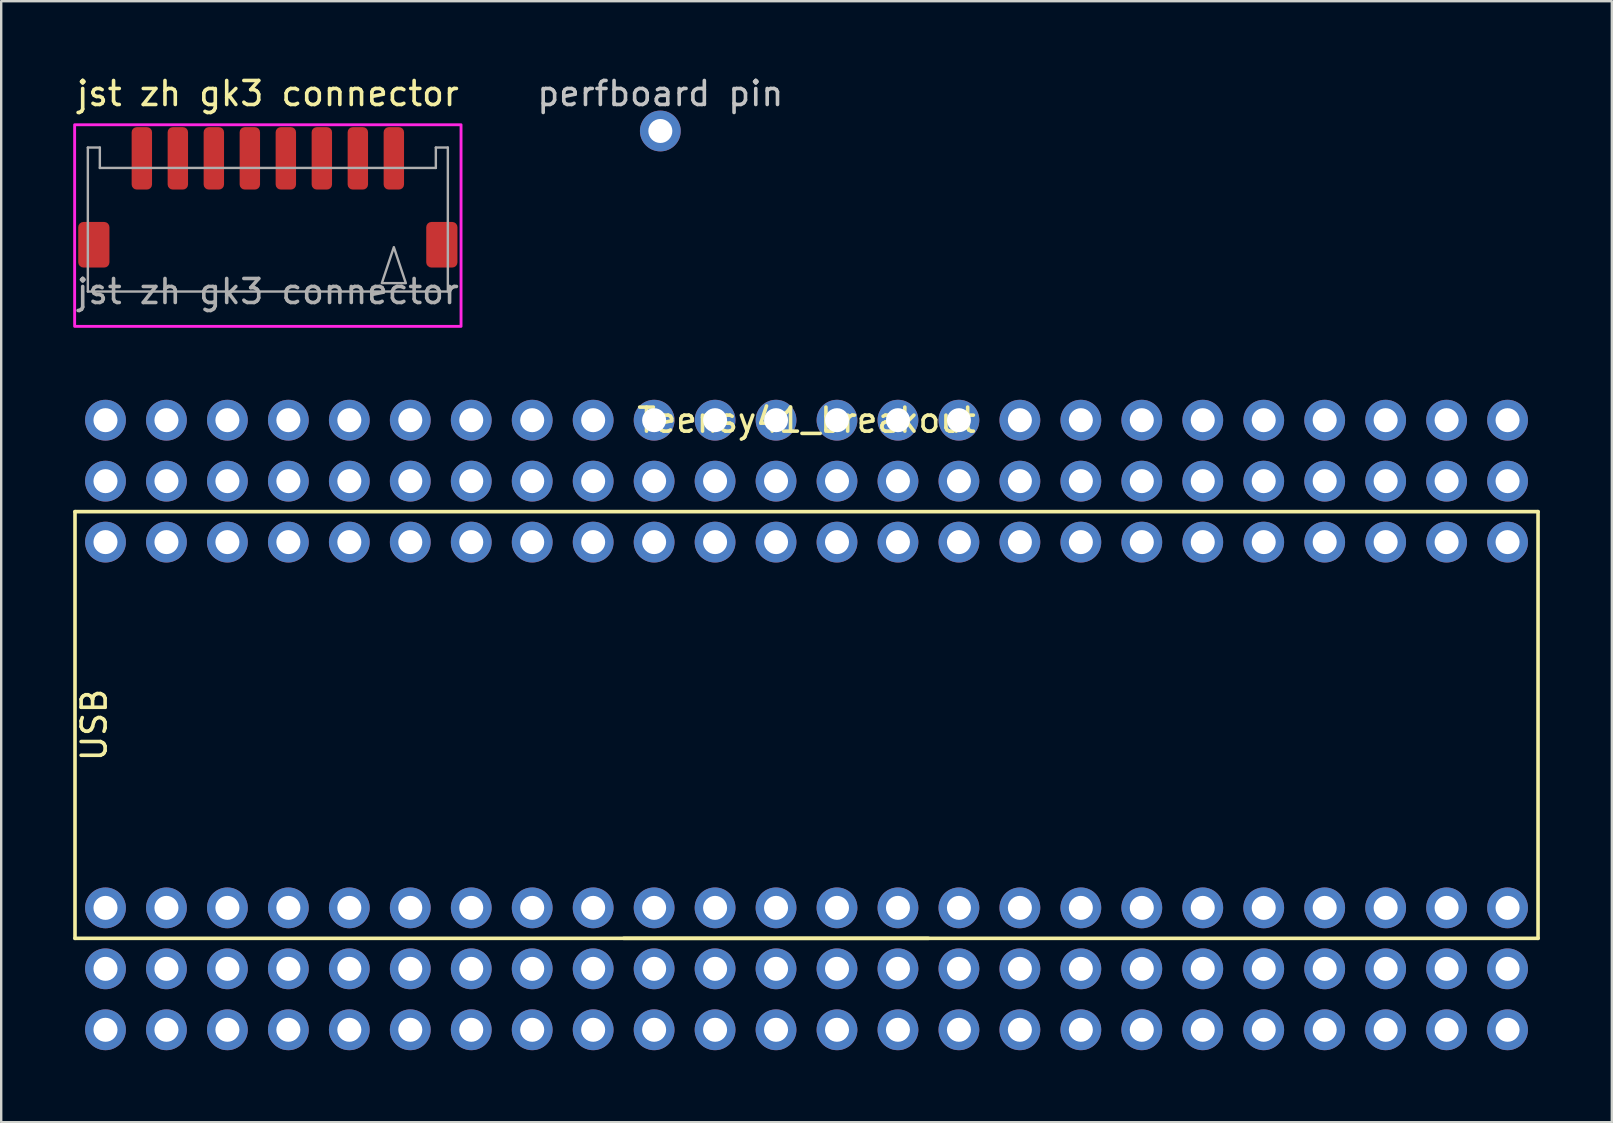
<source format=kicad_pcb>
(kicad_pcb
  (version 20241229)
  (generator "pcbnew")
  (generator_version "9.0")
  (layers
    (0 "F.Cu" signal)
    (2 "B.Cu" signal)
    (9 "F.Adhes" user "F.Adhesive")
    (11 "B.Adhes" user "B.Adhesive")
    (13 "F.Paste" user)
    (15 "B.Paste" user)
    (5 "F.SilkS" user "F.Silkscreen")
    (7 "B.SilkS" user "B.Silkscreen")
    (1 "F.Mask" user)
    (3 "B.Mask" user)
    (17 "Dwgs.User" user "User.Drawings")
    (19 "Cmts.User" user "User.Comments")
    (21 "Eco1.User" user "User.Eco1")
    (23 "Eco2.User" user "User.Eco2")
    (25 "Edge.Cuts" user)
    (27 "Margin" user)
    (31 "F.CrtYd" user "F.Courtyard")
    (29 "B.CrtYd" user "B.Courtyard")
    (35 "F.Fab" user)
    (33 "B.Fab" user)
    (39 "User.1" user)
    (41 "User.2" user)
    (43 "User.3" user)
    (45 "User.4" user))
  (footprint "jst zh gk3 connector"
    (layer "F.Cu")
    (at 8.11 5.748)
    (property "Reference" "jst zh gk3 connector" (at 0 -4.9 0) (layer "F.SilkS") (effects (font (size 1 1) (thickness 0.15))))
    (attr smd)
    (fp_rect (start -8.05 4.8) (end 8.05 -3.6) (stroke (width 0.12) (type default)) (fill no) (layer "F.CrtYd"))
    (fp_line (start -7.5 -2.65) (end -7.5 3.35) (stroke (width 0.1) (type default)) (layer "F.Fab"))
    (fp_line (start -7.5 3.35) (end 7.5 3.35) (stroke (width 0.1) (type default)) (layer "F.Fab"))
    (fp_line (start -7 -2.65) (end -7.5 -2.65) (stroke (width 0.1) (type default)) (layer "F.Fab"))
    (fp_line (start -7 -1.8) (end -7 -2.65) (stroke (width 0.1) (type default)) (layer "F.Fab"))
    (fp_line (start 7 -2.65) (end 7 -1.8) (stroke (width 0.1) (type default)) (layer "F.Fab"))
    (fp_line (start 7 -1.8) (end -7 -1.8) (stroke (width 0.1) (type default)) (layer "F.Fab"))
    (fp_line (start 7.5 -2.65) (end 7 -2.65) (stroke (width 0.1) (type default)) (layer "F.Fab"))
    (fp_line (start 7.5 3.35) (end 7.5 -2.65) (stroke (width 0.1) (type default)) (layer "F.Fab"))
    (fp_poly (pts (xy 5.25 1.5) (xy 4.75 3) (xy 5.75 3)) (stroke (width 0.1) (type solid)) (fill no) (layer "F.Fab"))
    (fp_text user "${REFERENCE}" (at 0 3.35 0) (layer "F.Fab") (effects (font (size 1 1) (thickness 0.15))))
    (pad "1" smd roundrect (at 5.25 -2.2) (size 0.85 2.6) (layers "F.Cu" "F.Mask" "F.Paste") (roundrect_rratio 0.25))
    (pad "2" smd roundrect (at 3.75 -2.2) (size 0.85 2.6) (layers "F.Cu" "F.Mask" "F.Paste") (roundrect_rratio 0.25))
    (pad "3" smd roundrect (at 2.25 -2.2) (size 0.85 2.6) (layers "F.Cu" "F.Mask" "F.Paste") (roundrect_rratio 0.25))
    (pad "4" smd roundrect (at 0.75 -2.2) (size 0.85 2.6) (layers "F.Cu" "F.Mask" "F.Paste") (roundrect_rratio 0.25))
    (pad "5" smd roundrect (at -0.75 -2.2) (size 0.85 2.6) (layers "F.Cu" "F.Mask" "F.Paste") (roundrect_rratio 0.25))
    (pad "6" smd roundrect (at -2.25 -2.2) (size 0.85 2.6) (layers "F.Cu" "F.Mask" "F.Paste") (roundrect_rratio 0.25))
    (pad "7" smd roundrect (at -3.75 -2.2) (size 0.85 2.6) (layers "F.Cu" "F.Mask" "F.Paste") (roundrect_rratio 0.25))
    (pad "8" smd roundrect (at -5.25 -2.2) (size 0.85 2.6) (layers "F.Cu" "F.Mask" "F.Paste") (roundrect_rratio 0.25))
    (pad "9" smd roundrect (at -7.25 1.4) (size 1.3 1.9) (layers "F.Cu" "F.Mask" "F.Paste") (roundrect_rratio 0.167))
    (pad "9" smd roundrect (at 7.25 1.4) (size 1.3 1.9) (layers "F.Cu" "F.Mask" "F.Paste") (roundrect_rratio 0.167)))
  (footprint "perfboard pin"
    (layer "F.Cu")
    (at 24.464 2.408)
    (property "Reference" "perfboard pin" (at 0 -1.56 0) (layer "Dwgs.User") (effects (font (size 1 1) (thickness 0.15))))
    (attr through_hole)
    (pad "1" thru_hole oval (at 0 0) (size 1.7 1.7) (drill 1) (layers "*.Cu" "*.Mask")))
  (footprint "Teensy41_breakout"
    (layer "F.Cu")
    (at 30.555 27.158)
    (property "Reference" "Teensy41_breakout" (at 0 -12.7 0) (layer "F.SilkS") (effects (font (size 1 1) (thickness 0.15))))
    (attr through_hole)
    (fp_line (start -30.48 -8.89) (end 30.48 -8.89) (stroke (width 0.15) (type solid)) (layer "F.SilkS"))
    (fp_line (start -30.48 8.89) (end -30.48 -8.89) (stroke (width 0.15) (type solid)) (layer "F.SilkS"))
    (fp_line (start -7.62 8.89) (end 5.08 8.89) (stroke (width 0.15) (type solid)) (layer "F.SilkS"))
    (fp_line (start 30.48 -8.89) (end 30.48 8.89) (stroke (width 0.15) (type solid)) (layer "F.SilkS"))
    (fp_line (start 30.48 8.89) (end -30.48 8.89) (stroke (width 0.15) (type solid)) (layer "F.SilkS"))
    (fp_text user "USB" (at -29.68 0 270) (layer "F.SilkS") (effects (font (size 1 1) (thickness 0.15))))
    (pad "1" thru_hole oval (at -29.21 7.62) (size 1.7 1.7) (drill 1) (layers "*.Cu" "*.Mask"))
    (pad "1" thru_hole oval (at -29.21 10.16) (size 1.7 1.7) (drill 1) (layers "*.Cu" "*.Mask"))
    (pad "1" thru_hole oval (at -29.21 12.7) (size 1.7 1.7) (drill 1) (layers "*.Cu" "*.Mask"))
    (pad "2" thru_hole oval (at -26.67 7.62) (size 1.7 1.7) (drill 1) (layers "*.Cu" "*.Mask"))
    (pad "2" thru_hole oval (at -26.67 10.16) (size 1.7 1.7) (drill 1) (layers "*.Cu" "*.Mask"))
    (pad "2" thru_hole oval (at -26.67 12.7) (size 1.7 1.7) (drill 1) (layers "*.Cu" "*.Mask"))
    (pad "3" thru_hole oval (at -24.13 7.62) (size 1.7 1.7) (drill 1) (layers "*.Cu" "*.Mask"))
    (pad "3" thru_hole oval (at -24.13 10.16) (size 1.7 1.7) (drill 1) (layers "*.Cu" "*.Mask"))
    (pad "3" thru_hole oval (at -24.13 12.7) (size 1.7 1.7) (drill 1) (layers "*.Cu" "*.Mask"))
    (pad "4" thru_hole oval (at -21.59 7.62) (size 1.7 1.7) (drill 1) (layers "*.Cu" "*.Mask"))
    (pad "4" thru_hole oval (at -21.59 10.16) (size 1.7 1.7) (drill 1) (layers "*.Cu" "*.Mask"))
    (pad "4" thru_hole oval (at -21.59 12.7) (size 1.7 1.7) (drill 1) (layers "*.Cu" "*.Mask"))
    (pad "5" thru_hole oval (at -19.05 7.62) (size 1.7 1.7) (drill 1) (layers "*.Cu" "*.Mask"))
    (pad "5" thru_hole oval (at -19.05 10.16) (size 1.7 1.7) (drill 1) (layers "*.Cu" "*.Mask"))
    (pad "5" thru_hole oval (at -19.05 12.7) (size 1.7 1.7) (drill 1) (layers "*.Cu" "*.Mask"))
    (pad "6" thru_hole oval (at -16.51 7.62) (size 1.7 1.7) (drill 1) (layers "*.Cu" "*.Mask"))
    (pad "6" thru_hole oval (at -16.51 10.16) (size 1.7 1.7) (drill 1) (layers "*.Cu" "*.Mask"))
    (pad "6" thru_hole oval (at -16.51 12.7) (size 1.7 1.7) (drill 1) (layers "*.Cu" "*.Mask"))
    (pad "7" thru_hole oval (at -13.97 7.62) (size 1.7 1.7) (drill 1) (layers "*.Cu" "*.Mask"))
    (pad "7" thru_hole oval (at -13.97 10.16) (size 1.7 1.7) (drill 1) (layers "*.Cu" "*.Mask"))
    (pad "7" thru_hole oval (at -13.97 12.7) (size 1.7 1.7) (drill 1) (layers "*.Cu" "*.Mask"))
    (pad "8" thru_hole oval (at -11.43 7.62) (size 1.7 1.7) (drill 1) (layers "*.Cu" "*.Mask"))
    (pad "8" thru_hole oval (at -11.43 10.16) (size 1.7 1.7) (drill 1) (layers "*.Cu" "*.Mask"))
    (pad "8" thru_hole oval (at -11.43 12.7) (size 1.7 1.7) (drill 1) (layers "*.Cu" "*.Mask"))
    (pad "9" thru_hole oval (at -8.89 7.62) (size 1.7 1.7) (drill 1) (layers "*.Cu" "*.Mask"))
    (pad "9" thru_hole oval (at -8.89 10.16) (size 1.7 1.7) (drill 1) (layers "*.Cu" "*.Mask"))
    (pad "9" thru_hole oval (at -8.89 12.7) (size 1.7 1.7) (drill 1) (layers "*.Cu" "*.Mask"))
    (pad "10" thru_hole oval (at -6.35 7.62) (size 1.7 1.7) (drill 1) (layers "*.Cu" "*.Mask"))
    (pad "10" thru_hole oval (at -6.35 10.16) (size 1.7 1.7) (drill 1) (layers "*.Cu" "*.Mask"))
    (pad "10" thru_hole oval (at -6.35 12.7) (size 1.7 1.7) (drill 1) (layers "*.Cu" "*.Mask"))
    (pad "11" thru_hole oval (at -3.81 7.62) (size 1.7 1.7) (drill 1) (layers "*.Cu" "*.Mask"))
    (pad "11" thru_hole oval (at -3.81 10.16) (size 1.7 1.7) (drill 1) (layers "*.Cu" "*.Mask"))
    (pad "11" thru_hole oval (at -3.81 12.7) (size 1.7 1.7) (drill 1) (layers "*.Cu" "*.Mask"))
    (pad "12" thru_hole oval (at -1.27 7.62) (size 1.7 1.7) (drill 1) (layers "*.Cu" "*.Mask"))
    (pad "12" thru_hole oval (at -1.27 10.16) (size 1.7 1.7) (drill 1) (layers "*.Cu" "*.Mask"))
    (pad "12" thru_hole oval (at -1.27 12.7) (size 1.7 1.7) (drill 1) (layers "*.Cu" "*.Mask"))
    (pad "13" thru_hole oval (at 1.27 7.62) (size 1.7 1.7) (drill 1) (layers "*.Cu" "*.Mask"))
    (pad "13" thru_hole oval (at 1.27 10.16) (size 1.7 1.7) (drill 1) (layers "*.Cu" "*.Mask"))
    (pad "13" thru_hole oval (at 1.27 12.7) (size 1.7 1.7) (drill 1) (layers "*.Cu" "*.Mask"))
    (pad "14" thru_hole oval (at 3.81 7.62) (size 1.7 1.7) (drill 1) (layers "*.Cu" "*.Mask"))
    (pad "14" thru_hole oval (at 3.81 10.16) (size 1.7 1.7) (drill 1) (layers "*.Cu" "*.Mask"))
    (pad "14" thru_hole oval (at 3.81 12.7) (size 1.7 1.7) (drill 1) (layers "*.Cu" "*.Mask"))
    (pad "15" thru_hole oval (at 6.35 7.62) (size 1.7 1.7) (drill 1) (layers "*.Cu" "*.Mask"))
    (pad "15" thru_hole oval (at 6.35 10.16) (size 1.7 1.7) (drill 1) (layers "*.Cu" "*.Mask"))
    (pad "15" thru_hole oval (at 6.35 12.7) (size 1.7 1.7) (drill 1) (layers "*.Cu" "*.Mask"))
    (pad "16" thru_hole oval (at 8.89 7.62) (size 1.7 1.7) (drill 1) (layers "*.Cu" "*.Mask"))
    (pad "16" thru_hole oval (at 8.89 10.16) (size 1.7 1.7) (drill 1) (layers "*.Cu" "*.Mask"))
    (pad "16" thru_hole oval (at 8.89 12.7) (size 1.7 1.7) (drill 1) (layers "*.Cu" "*.Mask"))
    (pad "17" thru_hole oval (at 11.43 7.62) (size 1.7 1.7) (drill 1) (layers "*.Cu" "*.Mask"))
    (pad "17" thru_hole oval (at 11.43 10.16) (size 1.7 1.7) (drill 1) (layers "*.Cu" "*.Mask"))
    (pad "17" thru_hole oval (at 11.43 12.7) (size 1.7 1.7) (drill 1) (layers "*.Cu" "*.Mask"))
    (pad "18" thru_hole oval (at 13.97 7.62) (size 1.7 1.7) (drill 1) (layers "*.Cu" "*.Mask"))
    (pad "18" thru_hole oval (at 13.97 10.16) (size 1.7 1.7) (drill 1) (layers "*.Cu" "*.Mask"))
    (pad "18" thru_hole oval (at 13.97 12.7) (size 1.7 1.7) (drill 1) (layers "*.Cu" "*.Mask"))
    (pad "19" thru_hole oval (at 16.51 7.62) (size 1.7 1.7) (drill 1) (layers "*.Cu" "*.Mask"))
    (pad "19" thru_hole oval (at 16.51 10.16) (size 1.7 1.7) (drill 1) (layers "*.Cu" "*.Mask"))
    (pad "19" thru_hole oval (at 16.51 12.7) (size 1.7 1.7) (drill 1) (layers "*.Cu" "*.Mask"))
    (pad "20" thru_hole oval (at 19.05 7.62) (size 1.7 1.7) (drill 1) (layers "*.Cu" "*.Mask"))
    (pad "20" thru_hole oval (at 19.05 10.16) (size 1.7 1.7) (drill 1) (layers "*.Cu" "*.Mask"))
    (pad "20" thru_hole oval (at 19.05 12.7) (size 1.7 1.7) (drill 1) (layers "*.Cu" "*.Mask"))
    (pad "21" thru_hole oval (at 21.59 7.62) (size 1.7 1.7) (drill 1) (layers "*.Cu" "*.Mask"))
    (pad "21" thru_hole oval (at 21.59 10.16) (size 1.7 1.7) (drill 1) (layers "*.Cu" "*.Mask"))
    (pad "21" thru_hole oval (at 21.59 12.7) (size 1.7 1.7) (drill 1) (layers "*.Cu" "*.Mask"))
    (pad "22" thru_hole oval (at 24.13 7.62) (size 1.7 1.7) (drill 1) (layers "*.Cu" "*.Mask"))
    (pad "22" thru_hole oval (at 24.13 10.16) (size 1.7 1.7) (drill 1) (layers "*.Cu" "*.Mask"))
    (pad "22" thru_hole oval (at 24.13 12.7) (size 1.7 1.7) (drill 1) (layers "*.Cu" "*.Mask"))
    (pad "23" thru_hole oval (at 26.67 7.62) (size 1.7 1.7) (drill 1) (layers "*.Cu" "*.Mask"))
    (pad "23" thru_hole oval (at 26.67 10.16) (size 1.7 1.7) (drill 1) (layers "*.Cu" "*.Mask"))
    (pad "23" thru_hole oval (at 26.67 12.7) (size 1.7 1.7) (drill 1) (layers "*.Cu" "*.Mask"))
    (pad "24" thru_hole oval (at 29.21 7.62) (size 1.7 1.7) (drill 1) (layers "*.Cu" "*.Mask"))
    (pad "24" thru_hole oval (at 29.21 10.16) (size 1.7 1.7) (drill 1) (layers "*.Cu" "*.Mask"))
    (pad "24" thru_hole oval (at 29.21 12.7) (size 1.7 1.7) (drill 1) (layers "*.Cu" "*.Mask"))
    (pad "25" thru_hole oval (at 29.21 -12.7) (size 1.7 1.7) (drill 1) (layers "*.Cu" "*.Mask"))
    (pad "25" thru_hole oval (at 29.21 -10.16) (size 1.7 1.7) (drill 1) (layers "*.Cu" "*.Mask"))
    (pad "25" thru_hole oval (at 29.21 -7.62) (size 1.7 1.7) (drill 1) (layers "*.Cu" "*.Mask"))
    (pad "26" thru_hole oval (at 26.67 -12.7) (size 1.7 1.7) (drill 1) (layers "*.Cu" "*.Mask"))
    (pad "26" thru_hole oval (at 26.67 -10.16) (size 1.7 1.7) (drill 1) (layers "*.Cu" "*.Mask"))
    (pad "26" thru_hole oval (at 26.67 -7.62) (size 1.7 1.7) (drill 1) (layers "*.Cu" "*.Mask"))
    (pad "27" thru_hole oval (at 24.13 -12.7) (size 1.7 1.7) (drill 1) (layers "*.Cu" "*.Mask"))
    (pad "27" thru_hole oval (at 24.13 -10.16) (size 1.7 1.7) (drill 1) (layers "*.Cu" "*.Mask"))
    (pad "27" thru_hole oval (at 24.13 -7.62) (size 1.7 1.7) (drill 1) (layers "*.Cu" "*.Mask"))
    (pad "28" thru_hole oval (at 21.59 -12.7) (size 1.7 1.7) (drill 1) (layers "*.Cu" "*.Mask"))
    (pad "28" thru_hole oval (at 21.59 -10.16) (size 1.7 1.7) (drill 1) (layers "*.Cu" "*.Mask"))
    (pad "28" thru_hole oval (at 21.59 -7.62) (size 1.7 1.7) (drill 1) (layers "*.Cu" "*.Mask"))
    (pad "29" thru_hole oval (at 19.05 -12.7) (size 1.7 1.7) (drill 1) (layers "*.Cu" "*.Mask"))
    (pad "29" thru_hole oval (at 19.05 -10.16) (size 1.7 1.7) (drill 1) (layers "*.Cu" "*.Mask"))
    (pad "29" thru_hole oval (at 19.05 -7.62) (size 1.7 1.7) (drill 1) (layers "*.Cu" "*.Mask"))
    (pad "30" thru_hole oval (at 16.51 -12.7) (size 1.7 1.7) (drill 1) (layers "*.Cu" "*.Mask"))
    (pad "30" thru_hole oval (at 16.51 -10.16) (size 1.7 1.7) (drill 1) (layers "*.Cu" "*.Mask"))
    (pad "30" thru_hole oval (at 16.51 -7.62) (size 1.7 1.7) (drill 1) (layers "*.Cu" "*.Mask"))
    (pad "31" thru_hole oval (at 13.97 -12.7) (size 1.7 1.7) (drill 1) (layers "*.Cu" "*.Mask"))
    (pad "31" thru_hole oval (at 13.97 -10.16) (size 1.7 1.7) (drill 1) (layers "*.Cu" "*.Mask"))
    (pad "31" thru_hole oval (at 13.97 -7.62) (size 1.7 1.7) (drill 1) (layers "*.Cu" "*.Mask"))
    (pad "32" thru_hole oval (at 11.43 -12.7) (size 1.7 1.7) (drill 1) (layers "*.Cu" "*.Mask"))
    (pad "32" thru_hole oval (at 11.43 -10.16) (size 1.7 1.7) (drill 1) (layers "*.Cu" "*.Mask"))
    (pad "32" thru_hole oval (at 11.43 -7.62) (size 1.7 1.7) (drill 1) (layers "*.Cu" "*.Mask"))
    (pad "33" thru_hole oval (at 8.89 -12.7) (size 1.7 1.7) (drill 1) (layers "*.Cu" "*.Mask"))
    (pad "33" thru_hole oval (at 8.89 -10.16) (size 1.7 1.7) (drill 1) (layers "*.Cu" "*.Mask"))
    (pad "33" thru_hole oval (at 8.89 -7.62) (size 1.7 1.7) (drill 1) (layers "*.Cu" "*.Mask"))
    (pad "34" thru_hole oval (at 6.35 -12.7) (size 1.7 1.7) (drill 1) (layers "*.Cu" "*.Mask"))
    (pad "34" thru_hole oval (at 6.35 -10.16) (size 1.7 1.7) (drill 1) (layers "*.Cu" "*.Mask"))
    (pad "34" thru_hole oval (at 6.35 -7.62) (size 1.7 1.7) (drill 1) (layers "*.Cu" "*.Mask"))
    (pad "35" thru_hole oval (at 3.81 -12.7) (size 1.7 1.7) (drill 1) (layers "*.Cu" "*.Mask"))
    (pad "35" thru_hole oval (at 3.81 -10.16) (size 1.7 1.7) (drill 1) (layers "*.Cu" "*.Mask"))
    (pad "35" thru_hole oval (at 3.81 -7.62) (size 1.7 1.7) (drill 1) (layers "*.Cu" "*.Mask"))
    (pad "36" thru_hole oval (at 1.27 -12.7) (size 1.7 1.7) (drill 1) (layers "*.Cu" "*.Mask"))
    (pad "36" thru_hole oval (at 1.27 -10.16) (size 1.7 1.7) (drill 1) (layers "*.Cu" "*.Mask"))
    (pad "36" thru_hole oval (at 1.27 -7.62) (size 1.7 1.7) (drill 1) (layers "*.Cu" "*.Mask"))
    (pad "37" thru_hole oval (at -1.27 -12.7) (size 1.7 1.7) (drill 1) (layers "*.Cu" "*.Mask"))
    (pad "37" thru_hole oval (at -1.27 -10.16) (size 1.7 1.7) (drill 1) (layers "*.Cu" "*.Mask"))
    (pad "37" thru_hole oval (at -1.27 -7.62) (size 1.7 1.7) (drill 1) (layers "*.Cu" "*.Mask"))
    (pad "38" thru_hole oval (at -3.81 -12.7) (size 1.7 1.7) (drill 1) (layers "*.Cu" "*.Mask"))
    (pad "38" thru_hole oval (at -3.81 -10.16) (size 1.7 1.7) (drill 1) (layers "*.Cu" "*.Mask"))
    (pad "38" thru_hole oval (at -3.81 -7.62) (size 1.7 1.7) (drill 1) (layers "*.Cu" "*.Mask"))
    (pad "39" thru_hole oval (at -6.35 -12.7) (size 1.7 1.7) (drill 1) (layers "*.Cu" "*.Mask"))
    (pad "39" thru_hole oval (at -6.35 -10.16) (size 1.7 1.7) (drill 1) (layers "*.Cu" "*.Mask"))
    (pad "39" thru_hole oval (at -6.35 -7.62) (size 1.7 1.7) (drill 1) (layers "*.Cu" "*.Mask"))
    (pad "40" thru_hole oval (at -8.89 -12.7) (size 1.7 1.7) (drill 1) (layers "*.Cu" "*.Mask"))
    (pad "40" thru_hole oval (at -8.89 -10.16) (size 1.7 1.7) (drill 1) (layers "*.Cu" "*.Mask"))
    (pad "40" thru_hole oval (at -8.89 -7.62) (size 1.7 1.7) (drill 1) (layers "*.Cu" "*.Mask"))
    (pad "41" thru_hole oval (at -11.43 -12.7) (size 1.7 1.7) (drill 1) (layers "*.Cu" "*.Mask"))
    (pad "41" thru_hole oval (at -11.43 -10.16) (size 1.7 1.7) (drill 1) (layers "*.Cu" "*.Mask"))
    (pad "41" thru_hole oval (at -11.43 -7.62) (size 1.7 1.7) (drill 1) (layers "*.Cu" "*.Mask"))
    (pad "42" thru_hole oval (at -13.97 -12.7) (size 1.7 1.7) (drill 1) (layers "*.Cu" "*.Mask"))
    (pad "42" thru_hole oval (at -13.97 -10.16) (size 1.7 1.7) (drill 1) (layers "*.Cu" "*.Mask"))
    (pad "42" thru_hole oval (at -13.97 -7.62) (size 1.7 1.7) (drill 1) (layers "*.Cu" "*.Mask"))
    (pad "43" thru_hole oval (at -16.51 -12.7) (size 1.7 1.7) (drill 1) (layers "*.Cu" "*.Mask"))
    (pad "43" thru_hole oval (at -16.51 -10.16) (size 1.7 1.7) (drill 1) (layers "*.Cu" "*.Mask"))
    (pad "43" thru_hole oval (at -16.51 -7.62) (size 1.7 1.7) (drill 1) (layers "*.Cu" "*.Mask"))
    (pad "44" thru_hole oval (at -19.05 -12.7) (size 1.7 1.7) (drill 1) (layers "*.Cu" "*.Mask"))
    (pad "44" thru_hole oval (at -19.05 -10.16) (size 1.7 1.7) (drill 1) (layers "*.Cu" "*.Mask"))
    (pad "44" thru_hole oval (at -19.05 -7.62) (size 1.7 1.7) (drill 1) (layers "*.Cu" "*.Mask"))
    (pad "45" thru_hole oval (at -21.59 -12.7) (size 1.7 1.7) (drill 1) (layers "*.Cu" "*.Mask"))
    (pad "45" thru_hole oval (at -21.59 -10.16) (size 1.7 1.7) (drill 1) (layers "*.Cu" "*.Mask"))
    (pad "45" thru_hole oval (at -21.59 -7.62) (size 1.7 1.7) (drill 1) (layers "*.Cu" "*.Mask"))
    (pad "46" thru_hole oval (at -24.13 -12.7) (size 1.7 1.7) (drill 1) (layers "*.Cu" "*.Mask"))
    (pad "46" thru_hole oval (at -24.13 -10.16) (size 1.7 1.7) (drill 1) (layers "*.Cu" "*.Mask"))
    (pad "46" thru_hole oval (at -24.13 -7.62) (size 1.7 1.7) (drill 1) (layers "*.Cu" "*.Mask"))
    (pad "47" thru_hole oval (at -26.67 -12.7) (size 1.7 1.7) (drill 1) (layers "*.Cu" "*.Mask"))
    (pad "47" thru_hole oval (at -26.67 -10.16) (size 1.7 1.7) (drill 1) (layers "*.Cu" "*.Mask"))
    (pad "47" thru_hole oval (at -26.67 -7.62) (size 1.7 1.7) (drill 1) (layers "*.Cu" "*.Mask"))
    (pad "48" thru_hole oval (at -29.21 -12.7) (size 1.7 1.7) (drill 1) (layers "*.Cu" "*.Mask"))
    (pad "48" thru_hole oval (at -29.21 -10.16) (size 1.7 1.7) (drill 1) (layers "*.Cu" "*.Mask"))
    (pad "48" thru_hole oval (at -29.21 -7.62) (size 1.7 1.7) (drill 1) (layers "*.Cu" "*.Mask")))
  (gr_rect
    (start -3 -3)
    (end 64.11 43.708)
    (stroke (width 0.1) (type default))
    (fill no)
    (layer "Edge.Cuts")))
</source>
